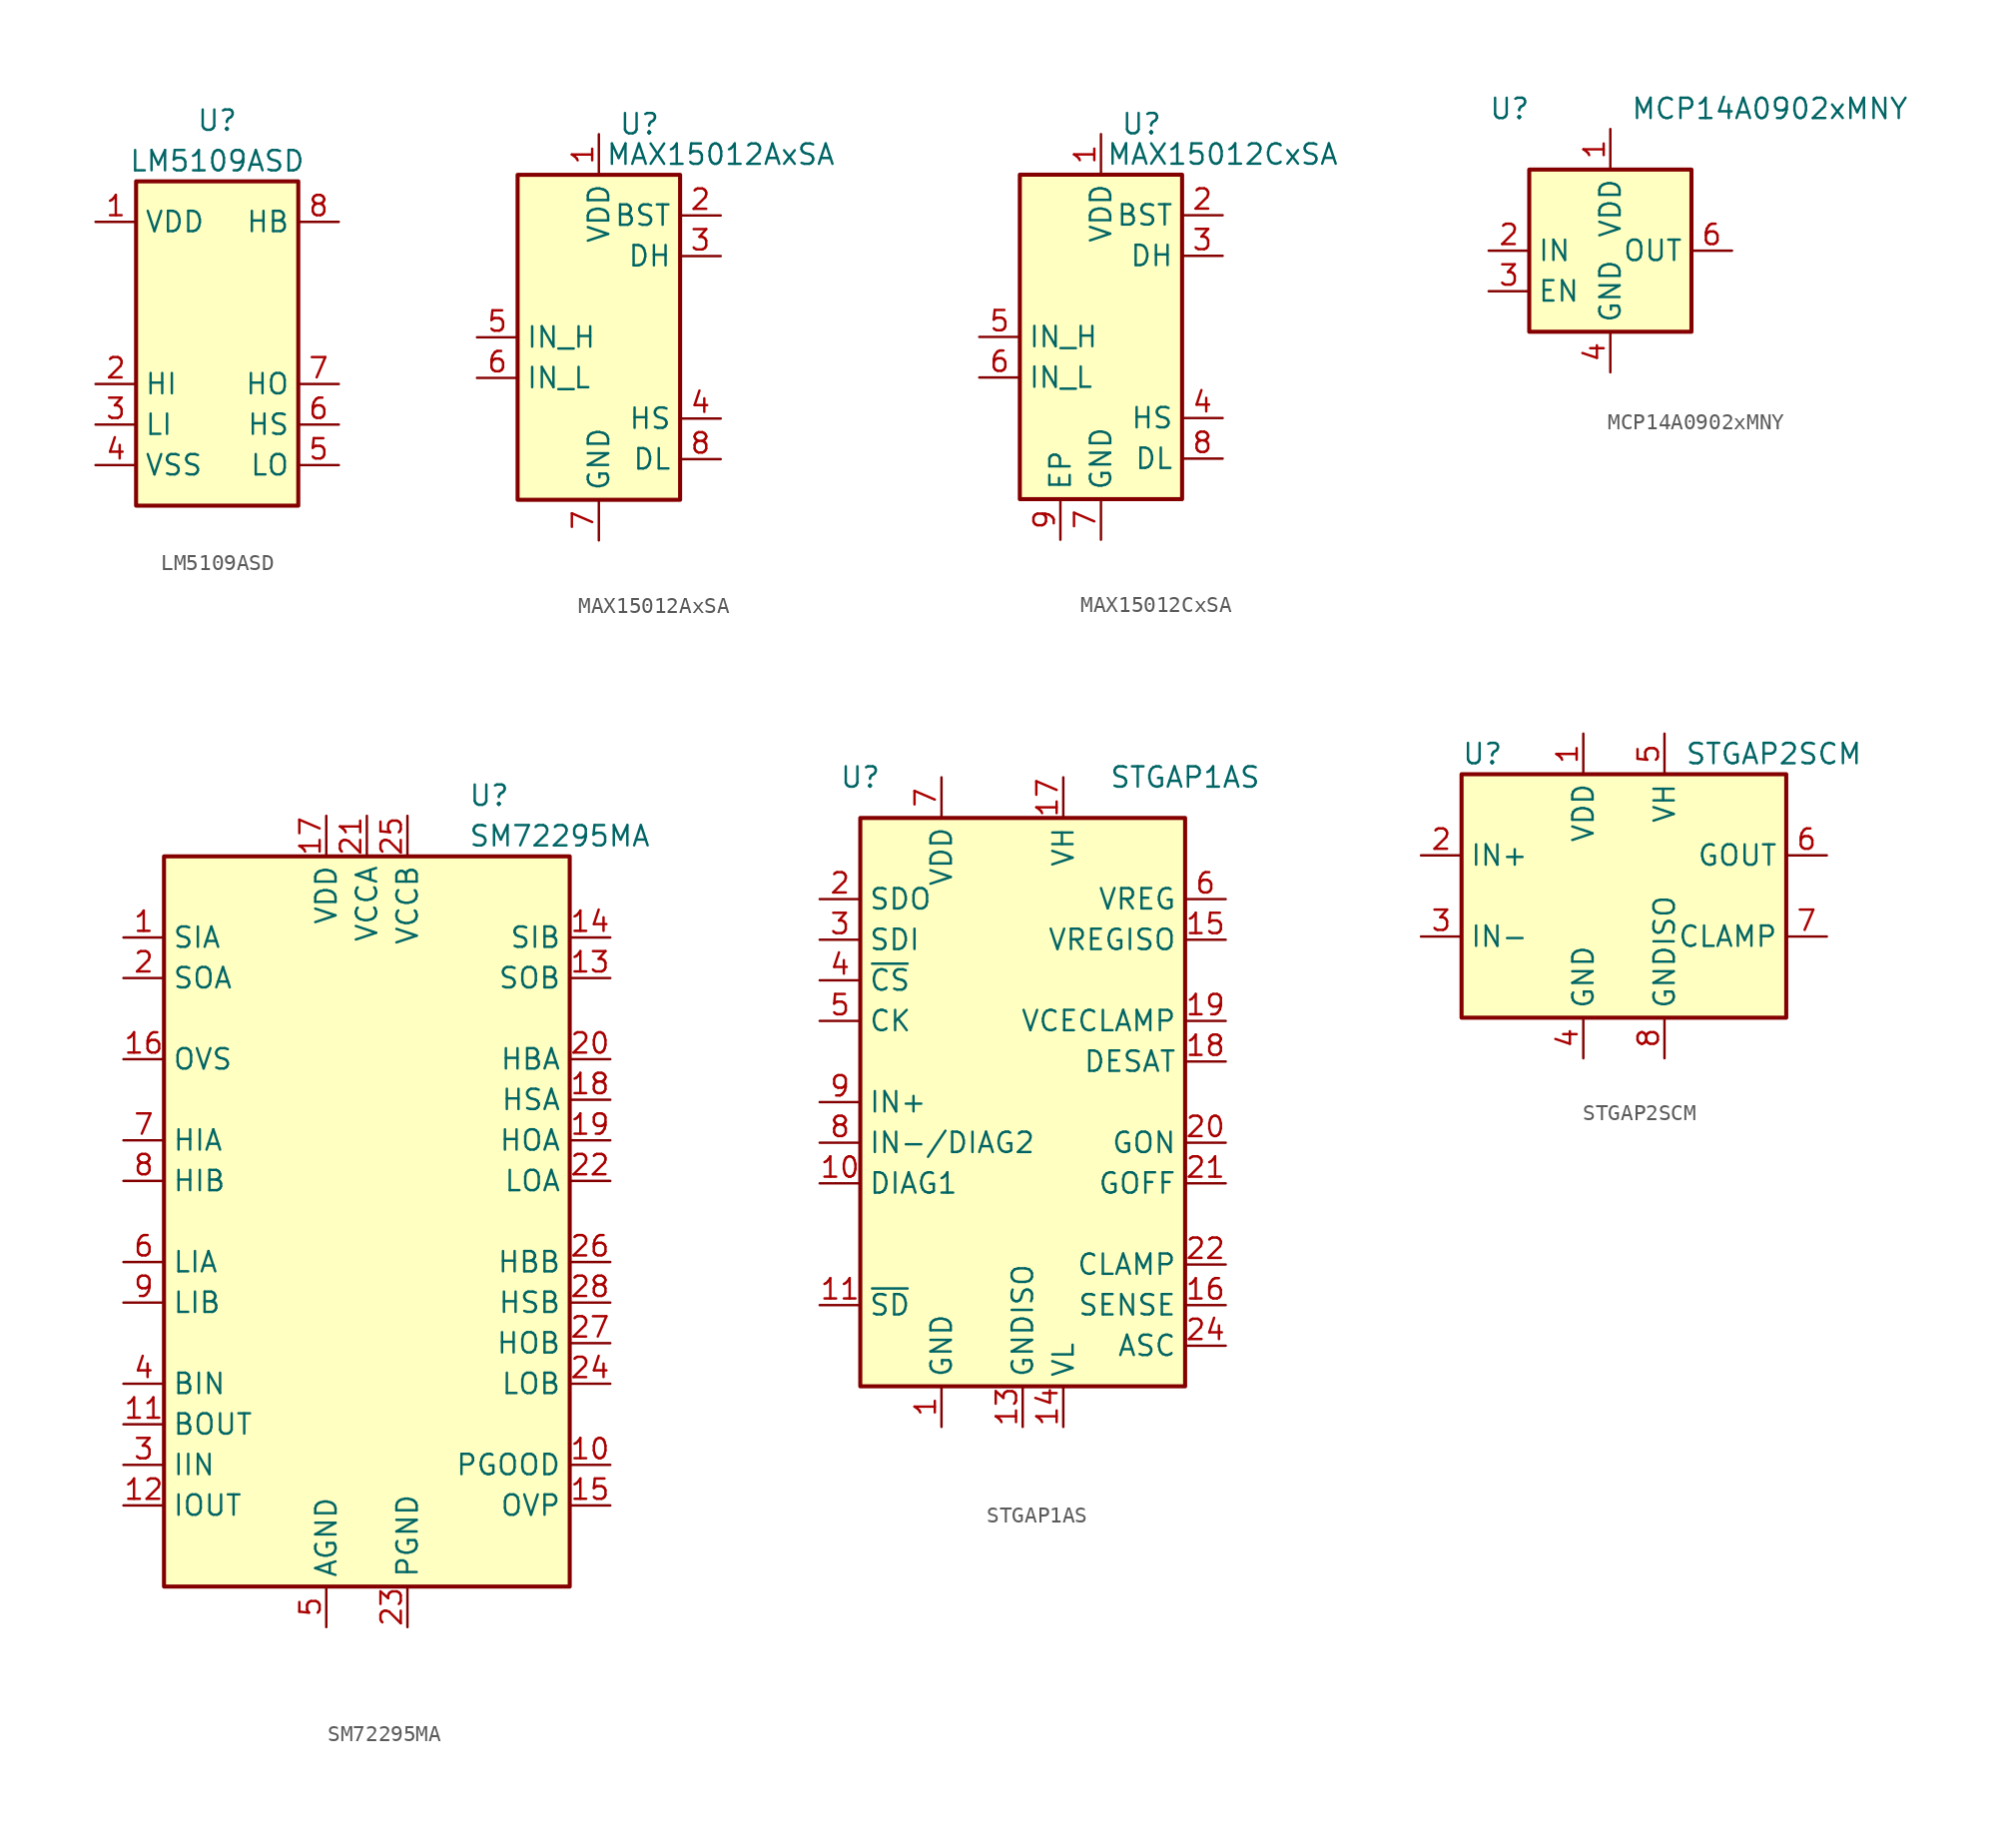
<source format=kicad_sym>
(kicad_symbol_lib
  (version 20201005)
  (generator kicad_symbol_editor)
  (symbol "LM5109ASD"
    (property "Reference" "U"
      (at 0 13.97 0)
      (effects (font (size 1.27 1.27))))
    (property "Value" "LM5109ASD"
      (at 0 11.43 0)
      (effects (font (size 1.27 1.27))))
    (symbol "LM5109ASD_0_1"
      (rectangle (start -5.08 -10.16) (end 5.08 10.16) (stroke (width 0.254)) (fill (type background))))
    (symbol "LM5109ASD_1_1"
      (pin power_in line (at -7.62 7.62 0) (length 2.54) (name "VDD" (effects (font (size 1.27 1.27)))) (number "1" (effects (font (size 1.27 1.27)))))
      (pin input line (at -7.62 -2.54 0) (length 2.54) (name "HI" (effects (font (size 1.27 1.27)))) (number "2" (effects (font (size 1.27 1.27)))))
      (pin input line (at -7.62 -5.08 0) (length 2.54) (name "LI" (effects (font (size 1.27 1.27)))) (number "3" (effects (font (size 1.27 1.27)))))
      (pin power_in line (at -7.62 -7.62 0) (length 2.54) (name "VSS" (effects (font (size 1.27 1.27)))) (number "4" (effects (font (size 1.27 1.27)))))
      (pin output line (at 7.62 -7.62 180) (length 2.54) (name "LO" (effects (font (size 1.27 1.27)))) (number "5" (effects (font (size 1.27 1.27)))))
      (pin passive line (at 7.62 -5.08 180) (length 2.54) (name "HS" (effects (font (size 1.27 1.27)))) (number "6" (effects (font (size 1.27 1.27)))))
      (pin output line (at 7.62 -2.54 180) (length 2.54) (name "HO" (effects (font (size 1.27 1.27)))) (number "7" (effects (font (size 1.27 1.27)))))
      (pin passive line (at 7.62 7.62 180) (length 2.54) (name "HB" (effects (font (size 1.27 1.27)))) (number "8" (effects (font (size 1.27 1.27)))))
      (pin passive line (at -7.62 -7.62 0) (length 2.54) hide (name "VSS" (effects (font (size 1.27 1.27)))) (number "9" (effects (font (size 1.27 1.27)))))))
  (symbol "MAX15012AxSA"
    (property "Reference" "U"
      (at 2.54 13.335 0)
      (effects (font (size 1.27 1.27))))
    (property "Value" "MAX15012AxSA"
      (at 7.62 11.43 0)
      (effects (font (size 1.27 1.27))))
    (symbol "MAX15012AxSA_0_1"
      (rectangle (start -5.08 -10.16) (end 5.08 10.16) (stroke (width 0.254)) (fill (type background))))
    (symbol "MAX15012AxSA_1_1"
      (pin power_in line (at 0 12.7 270) (length 2.54) (name "VDD" (effects (font (size 1.27 1.27)))) (number "1" (effects (font (size 1.27 1.27)))))
      (pin power_in line (at 7.62 7.62 180) (length 2.54) (name "BST" (effects (font (size 1.27 1.27)))) (number "2" (effects (font (size 1.27 1.27)))))
      (pin output line (at 7.62 5.08 180) (length 2.54) (name "DH" (effects (font (size 1.27 1.27)))) (number "3" (effects (font (size 1.27 1.27)))))
      (pin passive line (at 7.62 -5.08 180) (length 2.54) (name "HS" (effects (font (size 1.27 1.27)))) (number "4" (effects (font (size 1.27 1.27)))))
      (pin input line (at -7.62 0 0) (length 2.54) (name "IN_H" (effects (font (size 1.27 1.27)))) (number "5" (effects (font (size 1.27 1.27)))))
      (pin input line (at -7.62 -2.54 0) (length 2.54) (name "IN_L" (effects (font (size 1.27 1.27)))) (number "6" (effects (font (size 1.27 1.27)))))
      (pin power_in line (at 0 -12.7 90) (length 2.54) (name "GND" (effects (font (size 1.27 1.27)))) (number "7" (effects (font (size 1.27 1.27)))))
      (pin output line (at 7.62 -7.62 180) (length 2.54) (name "DL" (effects (font (size 1.27 1.27)))) (number "8" (effects (font (size 1.27 1.27)))))))
  (symbol "MAX15012CxSA"
    (property "Reference" "U"
      (at 2.54 13.335 0)
      (effects (font (size 1.27 1.27))))
    (property "Value" "MAX15012CxSA"
      (at 7.62 11.43 0)
      (effects (font (size 1.27 1.27))))
    (symbol "MAX15012CxSA_0_1"
      (rectangle (start -5.08 -10.16) (end 5.08 10.16) (stroke (width 0.254)) (fill (type background))))
    (symbol "MAX15012CxSA_1_1"
      (pin power_in line (at 0 12.7 270) (length 2.54) (name "VDD" (effects (font (size 1.27 1.27)))) (number "1" (effects (font (size 1.27 1.27)))))
      (pin power_in line (at 7.62 7.62 180) (length 2.54) (name "BST" (effects (font (size 1.27 1.27)))) (number "2" (effects (font (size 1.27 1.27)))))
      (pin output line (at 7.62 5.08 180) (length 2.54) (name "DH" (effects (font (size 1.27 1.27)))) (number "3" (effects (font (size 1.27 1.27)))))
      (pin passive line (at 7.62 -5.08 180) (length 2.54) (name "HS" (effects (font (size 1.27 1.27)))) (number "4" (effects (font (size 1.27 1.27)))))
      (pin input line (at -7.62 0 0) (length 2.54) (name "IN_H" (effects (font (size 1.27 1.27)))) (number "5" (effects (font (size 1.27 1.27)))))
      (pin input line (at -7.62 -2.54 0) (length 2.54) (name "IN_L" (effects (font (size 1.27 1.27)))) (number "6" (effects (font (size 1.27 1.27)))))
      (pin power_in line (at 0 -12.7 90) (length 2.54) (name "GND" (effects (font (size 1.27 1.27)))) (number "7" (effects (font (size 1.27 1.27)))))
      (pin output line (at 7.62 -7.62 180) (length 2.54) (name "DL" (effects (font (size 1.27 1.27)))) (number "8" (effects (font (size 1.27 1.27)))))
      (pin output line (at -2.54 -12.7 90) (length 2.54) (name "EP" (effects (font (size 1.27 1.27)))) (number "9" (effects (font (size 1.27 1.27)))))))
  (symbol "MCP14A0902xMNY"
    (property "Reference" "U"
      (at -7.62 8.89 0)
      (effects (font (size 1.27 1.27)) (justify left)))
    (property "Value" "MCP14A0902xMNY"
      (at 1.27 8.89 0)
      (effects (font (size 1.27 1.27)) (justify left)))
    (symbol "MCP14A0902xMNY_1_1"
      (rectangle (start -5.08 -5.08) (end 5.08 5.08) (stroke (width 0.254)) (fill (type background)))
      (pin power_in line (at 0 7.62 270) (length 2.54) (name "VDD" (effects (font (size 1.27 1.27)))) (number "1" (effects (font (size 1.27 1.27)))))
      (pin input line (at -7.62 0 0) (length 2.54) (name "IN" (effects (font (size 1.27 1.27)))) (number "2" (effects (font (size 1.27 1.27)))))
      (pin input line (at -7.62 -2.54 0) (length 2.54) (name "EN" (effects (font (size 1.27 1.27)))) (number "3" (effects (font (size 1.27 1.27)))))
      (pin power_in line (at 0 -7.62 90) (length 2.54) (name "GND" (effects (font (size 1.27 1.27)))) (number "4" (effects (font (size 1.27 1.27)))))
      (pin passive line (at 0 -7.62 90) (length 2.54) hide (name "GND" (effects (font (size 1.27 1.27)))) (number "5" (effects (font (size 1.27 1.27)))))
      (pin output line (at 7.62 0 180) (length 2.54) (name "OUT" (effects (font (size 1.27 1.27)))) (number "6" (effects (font (size 1.27 1.27)))))
      (pin passive line (at 7.62 0 180) (length 2.54) hide (name "OUT" (effects (font (size 1.27 1.27)))) (number "7" (effects (font (size 1.27 1.27)))))
      (pin passive line (at 0 7.62 270) (length 2.54) hide (name "VDD" (effects (font (size 1.27 1.27)))) (number "8" (effects (font (size 1.27 1.27)))))
      (pin passive line (at 0 -7.62 90) (length 2.54) hide (name "GND" (effects (font (size 1.27 1.27)))) (number "9" (effects (font (size 1.27 1.27)))))))
  (symbol "SM72295MA"
    (property "Reference" "U"
      (at 6.35 26.67 0)
      (effects (font (size 1.27 1.27)) (justify left)))
    (property "Value" "SM72295MA"
      (at 6.35 24.13 0)
      (effects (font (size 1.27 1.27)) (justify left)))
    (symbol "SM72295MA_0_1"
      (rectangle (start -12.7 -22.86) (end 12.7 22.86) (stroke (width 0.254)) (fill (type background))))
    (symbol "SM72295MA_1_1"
      (pin input line (at -15.24 17.78 0) (length 2.54) (name "SIA" (effects (font (size 1.27 1.27)))) (number "1" (effects (font (size 1.27 1.27)))))
      (pin open_collector line (at 15.24 -15.24 180) (length 2.54) (name "PGOOD" (effects (font (size 1.27 1.27)))) (number "10" (effects (font (size 1.27 1.27)))))
      (pin output line (at -15.24 -12.7 0) (length 2.54) (name "BOUT" (effects (font (size 1.27 1.27)))) (number "11" (effects (font (size 1.27 1.27)))))
      (pin passive line (at -15.24 -17.78 0) (length 2.54) (name "IOUT" (effects (font (size 1.27 1.27)))) (number "12" (effects (font (size 1.27 1.27)))))
      (pin input line (at 15.24 15.24 180) (length 2.54) (name "SOB" (effects (font (size 1.27 1.27)))) (number "13" (effects (font (size 1.27 1.27)))))
      (pin input line (at 15.24 17.78 180) (length 2.54) (name "SIB" (effects (font (size 1.27 1.27)))) (number "14" (effects (font (size 1.27 1.27)))))
      (pin open_collector line (at 15.24 -17.78 180) (length 2.54) (name "OVP" (effects (font (size 1.27 1.27)))) (number "15" (effects (font (size 1.27 1.27)))))
      (pin input line (at -15.24 10.16 0) (length 2.54) (name "OVS" (effects (font (size 1.27 1.27)))) (number "16" (effects (font (size 1.27 1.27)))))
      (pin power_in line (at -2.54 25.4 270) (length 2.54) (name "VDD" (effects (font (size 1.27 1.27)))) (number "17" (effects (font (size 1.27 1.27)))))
      (pin passive line (at 15.24 7.62 180) (length 2.54) (name "HSA" (effects (font (size 1.27 1.27)))) (number "18" (effects (font (size 1.27 1.27)))))
      (pin output line (at 15.24 5.08 180) (length 2.54) (name "HOA" (effects (font (size 1.27 1.27)))) (number "19" (effects (font (size 1.27 1.27)))))
      (pin input line (at -15.24 15.24 0) (length 2.54) (name "SOA" (effects (font (size 1.27 1.27)))) (number "2" (effects (font (size 1.27 1.27)))))
      (pin passive line (at 15.24 10.16 180) (length 2.54) (name "HBA" (effects (font (size 1.27 1.27)))) (number "20" (effects (font (size 1.27 1.27)))))
      (pin power_in line (at 0 25.4 270) (length 2.54) (name "VCCA" (effects (font (size 1.27 1.27)))) (number "21" (effects (font (size 1.27 1.27)))))
      (pin output line (at 15.24 2.54 180) (length 2.54) (name "LOA" (effects (font (size 1.27 1.27)))) (number "22" (effects (font (size 1.27 1.27)))))
      (pin power_in line (at 2.54 -25.4 90) (length 2.54) (name "PGND" (effects (font (size 1.27 1.27)))) (number "23" (effects (font (size 1.27 1.27)))))
      (pin output line (at 15.24 -10.16 180) (length 2.54) (name "LOB" (effects (font (size 1.27 1.27)))) (number "24" (effects (font (size 1.27 1.27)))))
      (pin power_in line (at 2.54 25.4 270) (length 2.54) (name "VCCB" (effects (font (size 1.27 1.27)))) (number "25" (effects (font (size 1.27 1.27)))))
      (pin passive line (at 15.24 -2.54 180) (length 2.54) (name "HBB" (effects (font (size 1.27 1.27)))) (number "26" (effects (font (size 1.27 1.27)))))
      (pin output line (at 15.24 -7.62 180) (length 2.54) (name "HOB" (effects (font (size 1.27 1.27)))) (number "27" (effects (font (size 1.27 1.27)))))
      (pin passive line (at 15.24 -5.08 180) (length 2.54) (name "HSB" (effects (font (size 1.27 1.27)))) (number "28" (effects (font (size 1.27 1.27)))))
      (pin passive line (at -15.24 -15.24 0) (length 2.54) (name "IIN" (effects (font (size 1.27 1.27)))) (number "3" (effects (font (size 1.27 1.27)))))
      (pin output line (at -15.24 -10.16 0) (length 2.54) (name "BIN" (effects (font (size 1.27 1.27)))) (number "4" (effects (font (size 1.27 1.27)))))
      (pin power_in line (at -2.54 -25.4 90) (length 2.54) (name "AGND" (effects (font (size 1.27 1.27)))) (number "5" (effects (font (size 1.27 1.27)))))
      (pin input line (at -15.24 -2.54 0) (length 2.54) (name "LIA" (effects (font (size 1.27 1.27)))) (number "6" (effects (font (size 1.27 1.27)))))
      (pin input line (at -15.24 5.08 0) (length 2.54) (name "HIA" (effects (font (size 1.27 1.27)))) (number "7" (effects (font (size 1.27 1.27)))))
      (pin input line (at -15.24 2.54 0) (length 2.54) (name "HIB" (effects (font (size 1.27 1.27)))) (number "8" (effects (font (size 1.27 1.27)))))
      (pin input line (at -15.24 -5.08 0) (length 2.54) (name "LIB" (effects (font (size 1.27 1.27)))) (number "9" (effects (font (size 1.27 1.27)))))))
  (symbol "STGAP1AS"
    (property "Reference" "U"
      (at -10.16 20.32 0)
      (effects (font (size 1.27 1.27))))
    (property "Value" "STGAP1AS"
      (at 10.16 20.32 0)
      (effects (font (size 1.27 1.27))))
    (symbol "STGAP1AS_0_1"
      (rectangle (start -10.16 -17.78) (end 10.16 17.78) (stroke (width 0.254)) (fill (type background))))
    (symbol "STGAP1AS_1_1"
      (pin power_in line (at -5.08 -20.32 90) (length 2.54) (name "GND" (effects (font (size 1.27 1.27)))) (number "1" (effects (font (size 1.27 1.27)))))
      (pin open_collector line (at -12.7 -5.08 0) (length 2.54) (name "DIAG1" (effects (font (size 1.27 1.27)))) (number "10" (effects (font (size 1.27 1.27)))))
      (pin input line (at -12.7 -12.7 0) (length 2.54) (name "~SD" (effects (font (size 1.27 1.27)))) (number "11" (effects (font (size 1.27 1.27)))))
      (pin passive line (at -5.08 -20.32 90) (length 2.54) hide (name "GND" (effects (font (size 1.27 1.27)))) (number "12" (effects (font (size 1.27 1.27)))))
      (pin power_in line (at 0 -20.32 90) (length 2.54) (name "GNDISO" (effects (font (size 1.27 1.27)))) (number "13" (effects (font (size 1.27 1.27)))))
      (pin power_in line (at 2.54 -20.32 90) (length 2.54) (name "VL" (effects (font (size 1.27 1.27)))) (number "14" (effects (font (size 1.27 1.27)))))
      (pin power_out line (at 12.7 10.16 180) (length 2.54) (name "VREGISO" (effects (font (size 1.27 1.27)))) (number "15" (effects (font (size 1.27 1.27)))))
      (pin input line (at 12.7 -12.7 180) (length 2.54) (name "SENSE" (effects (font (size 1.27 1.27)))) (number "16" (effects (font (size 1.27 1.27)))))
      (pin power_in line (at 2.54 20.32 270) (length 2.54) (name "VH" (effects (font (size 1.27 1.27)))) (number "17" (effects (font (size 1.27 1.27)))))
      (pin passive line (at 12.7 2.54 180) (length 2.54) (name "DESAT" (effects (font (size 1.27 1.27)))) (number "18" (effects (font (size 1.27 1.27)))))
      (pin input line (at 12.7 5.08 180) (length 2.54) (name "VCECLAMP" (effects (font (size 1.27 1.27)))) (number "19" (effects (font (size 1.27 1.27)))))
      (pin output line (at -12.7 12.7 0) (length 2.54) (name "SDO" (effects (font (size 1.27 1.27)))) (number "2" (effects (font (size 1.27 1.27)))))
      (pin output line (at 12.7 -2.54 180) (length 2.54) (name "GON" (effects (font (size 1.27 1.27)))) (number "20" (effects (font (size 1.27 1.27)))))
      (pin output line (at 12.7 -5.08 180) (length 2.54) (name "GOFF" (effects (font (size 1.27 1.27)))) (number "21" (effects (font (size 1.27 1.27)))))
      (pin output line (at 12.7 -10.16 180) (length 2.54) (name "CLAMP" (effects (font (size 1.27 1.27)))) (number "22" (effects (font (size 1.27 1.27)))))
      (pin passive line (at 2.54 -20.32 90) (length 2.54) hide (name "VL" (effects (font (size 1.27 1.27)))) (number "23" (effects (font (size 1.27 1.27)))))
      (pin input line (at 12.7 -15.24 180) (length 2.54) (name "ASC" (effects (font (size 1.27 1.27)))) (number "24" (effects (font (size 1.27 1.27)))))
      (pin input line (at -12.7 10.16 0) (length 2.54) (name "SDI" (effects (font (size 1.27 1.27)))) (number "3" (effects (font (size 1.27 1.27)))))
      (pin input line (at -12.7 7.62 0) (length 2.54) (name "~CS" (effects (font (size 1.27 1.27)))) (number "4" (effects (font (size 1.27 1.27)))))
      (pin input line (at -12.7 5.08 0) (length 2.54) (name "CK" (effects (font (size 1.27 1.27)))) (number "5" (effects (font (size 1.27 1.27)))))
      (pin power_out line (at 12.7 12.7 180) (length 2.54) (name "VREG" (effects (font (size 1.27 1.27)))) (number "6" (effects (font (size 1.27 1.27)))))
      (pin power_in line (at -5.08 20.32 270) (length 2.54) (name "VDD" (effects (font (size 1.27 1.27)))) (number "7" (effects (font (size 1.27 1.27)))))
      (pin bidirectional line (at -12.7 -2.54 0) (length 2.54) (name "IN-/DIAG2" (effects (font (size 1.27 1.27)))) (number "8" (effects (font (size 1.27 1.27)))))
      (pin input line (at -12.7 0 0) (length 2.54) (name "IN+" (effects (font (size 1.27 1.27)))) (number "9" (effects (font (size 1.27 1.27)))))))
  (symbol "STGAP2SCM"
    (property "Reference" "U"
      (at -10.16 8.89 0)
      (effects (font (size 1.27 1.27)) (justify left)))
    (property "Value" "STGAP2SCM"
      (at 3.81 8.89 0)
      (effects (font (size 1.27 1.27)) (justify left)))
    (symbol "STGAP2SCM_0_1"
      (rectangle (start -10.16 -7.62) (end 10.16 7.62) (stroke (width 0.254)) (fill (type background))))
    (symbol "STGAP2SCM_1_1"
      (pin power_in line (at -2.54 10.16 270) (length 2.54) (name "VDD" (effects (font (size 1.27 1.27)))) (number "1" (effects (font (size 1.27 1.27)))))
      (pin input line (at -12.7 2.54 0) (length 2.54) (name "IN+" (effects (font (size 1.27 1.27)))) (number "2" (effects (font (size 1.27 1.27)))))
      (pin input line (at -12.7 -2.54 0) (length 2.54) (name "IN-" (effects (font (size 1.27 1.27)))) (number "3" (effects (font (size 1.27 1.27)))))
      (pin power_in line (at -2.54 -10.16 90) (length 2.54) (name "GND" (effects (font (size 1.27 1.27)))) (number "4" (effects (font (size 1.27 1.27)))))
      (pin power_in line (at 2.54 10.16 270) (length 2.54) (name "VH" (effects (font (size 1.27 1.27)))) (number "5" (effects (font (size 1.27 1.27)))))
      (pin output line (at 12.7 2.54 180) (length 2.54) (name "GOUT" (effects (font (size 1.27 1.27)))) (number "6" (effects (font (size 1.27 1.27)))))
      (pin output line (at 12.7 -2.54 180) (length 2.54) (name "CLAMP" (effects (font (size 1.27 1.27)))) (number "7" (effects (font (size 1.27 1.27)))))
      (pin power_in line (at 2.54 -10.16 90) (length 2.54) (name "GNDISO" (effects (font (size 1.27 1.27)))) (number "8" (effects (font (size 1.27 1.27))))))))
</source>
